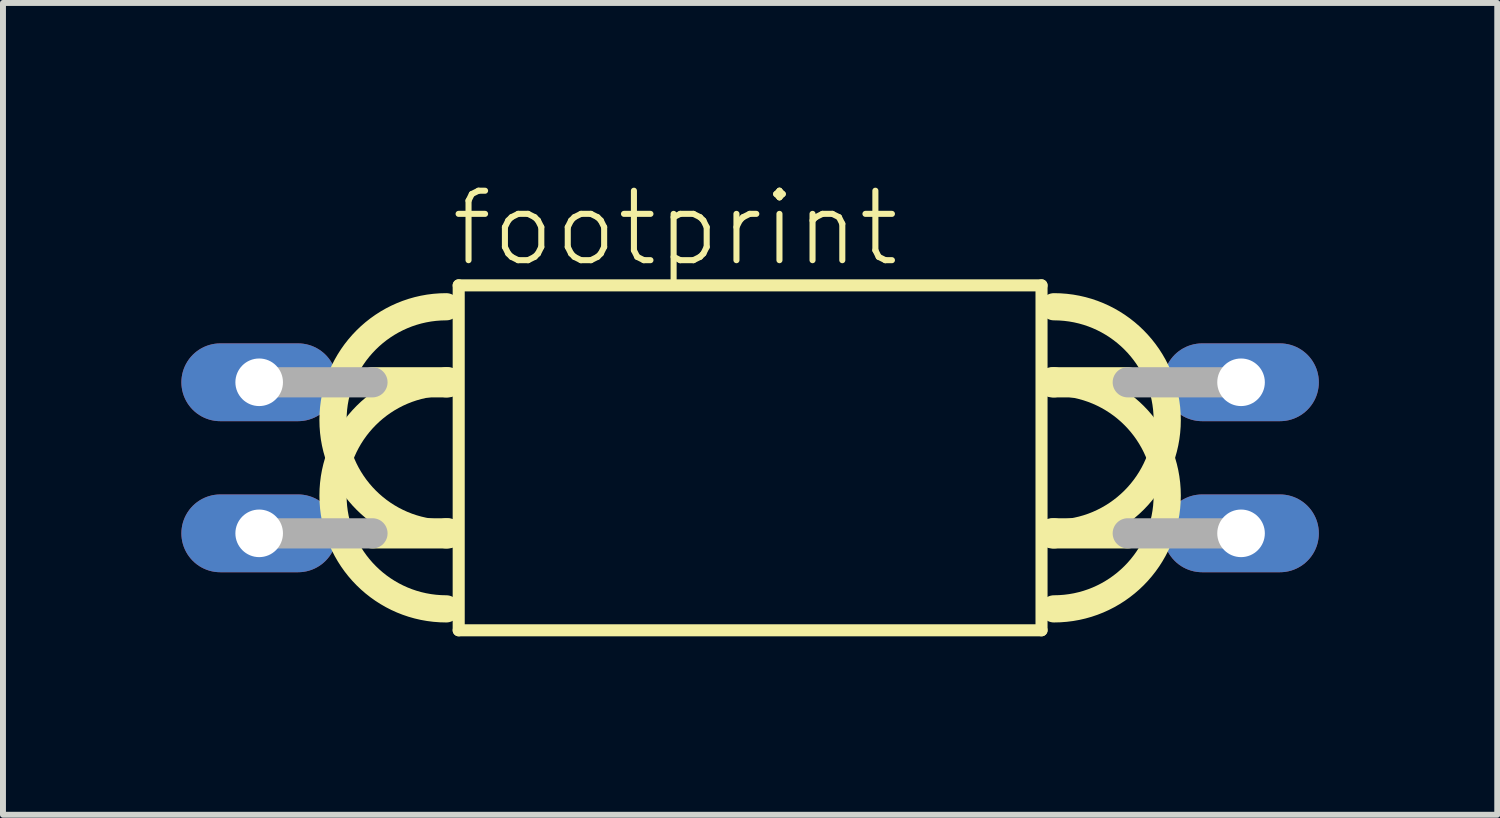
<source format=kicad_pcb>
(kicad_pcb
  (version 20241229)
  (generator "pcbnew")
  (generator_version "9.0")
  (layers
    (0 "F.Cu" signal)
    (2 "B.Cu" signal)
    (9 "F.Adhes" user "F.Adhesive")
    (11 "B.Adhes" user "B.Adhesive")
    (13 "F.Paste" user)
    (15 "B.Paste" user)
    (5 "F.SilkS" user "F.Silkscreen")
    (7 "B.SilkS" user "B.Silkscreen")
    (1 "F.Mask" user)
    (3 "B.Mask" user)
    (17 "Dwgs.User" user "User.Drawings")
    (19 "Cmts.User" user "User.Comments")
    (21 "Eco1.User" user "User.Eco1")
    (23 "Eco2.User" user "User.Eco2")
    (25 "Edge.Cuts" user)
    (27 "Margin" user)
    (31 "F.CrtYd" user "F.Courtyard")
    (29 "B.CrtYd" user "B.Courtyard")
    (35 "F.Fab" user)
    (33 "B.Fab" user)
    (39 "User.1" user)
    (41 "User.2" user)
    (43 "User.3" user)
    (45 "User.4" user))
  (footprint "footprint"
    (layer "F.Cu")
    (at 9.563 4.648)
    (property "Reference" "footprint" (at -5.08 -3.175 0) (layer "F.SilkS") (effects (font (size 1.168 1.168) (thickness 0.102)) (justify left bottom)))
    (fp_line (start -5.109 -1.27) (end -6.35 -1.27) (stroke (width 0.508) (type solid)) (layer "F.SilkS"))
    (fp_line (start -5.109 1.27) (end -6.35 1.27) (stroke (width 0.508) (type solid)) (layer "F.SilkS"))
    (fp_line (start -5.08 -1.27) (end -5.109 -1.27) (stroke (width 0.508) (type solid)) (layer "F.SilkS"))
    (fp_line (start -5.08 1.27) (end -5.109 1.27) (stroke (width 0.508) (type solid)) (layer "F.SilkS"))
    (fp_line (start -4.9 -2.9) (end -4.9 2.9) (stroke (width 0.203) (type solid)) (layer "F.SilkS"))
    (fp_line (start -4.9 2.9) (end 4.9 2.9) (stroke (width 0.203) (type solid)) (layer "F.SilkS"))
    (fp_line (start 4.9 -2.9) (end -4.9 -2.9) (stroke (width 0.203) (type solid)) (layer "F.SilkS"))
    (fp_line (start 4.9 2.9) (end 4.9 -2.9) (stroke (width 0.203) (type solid)) (layer "F.SilkS"))
    (fp_line (start 5.08 -1.27) (end 5.109 -1.27) (stroke (width 0.508) (type solid)) (layer "F.SilkS"))
    (fp_line (start 5.08 1.27) (end 5.109 1.27) (stroke (width 0.508) (type solid)) (layer "F.SilkS"))
    (fp_line (start 5.109 -1.27) (end 6.35 -1.27) (stroke (width 0.508) (type solid)) (layer "F.SilkS"))
    (fp_line (start 5.109 1.27) (end 6.35 1.27) (stroke (width 0.508) (type solid)) (layer "F.SilkS"))
    (fp_arc (start -5.1086 1.27) (mid -7.0136 -0.635) (end -5.1086 -2.54) (stroke (width 0.4572) (type solid)) (layer "F.SilkS"))
    (fp_arc (start -5.1086 2.54) (mid -7.0136 0.635) (end -5.1086 -1.27) (stroke (width 0.4572) (type solid)) (layer "F.SilkS"))
    (fp_arc (start 5.1086 -2.54) (mid 7.0136 -0.635) (end 5.1086 1.27) (stroke (width 0.4572) (type solid)) (layer "F.SilkS"))
    (fp_arc (start 5.1086 -1.27) (mid 7.0136 0.635) (end 5.1086 2.54) (stroke (width 0.4572) (type solid)) (layer "F.SilkS"))
    (fp_line (start -8.255 -1.27) (end -6.35 -1.27) (stroke (width 0.508) (type solid)) (layer "F.Fab"))
    (fp_line (start -6.35 1.27) (end -8.255 1.27) (stroke (width 0.508) (type solid)) (layer "F.Fab"))
    (fp_line (start 6.35 -1.27) (end 8.255 -1.27) (stroke (width 0.508) (type solid)) (layer "F.Fab"))
    (fp_line (start 8.255 1.27) (end 6.35 1.27) (stroke (width 0.508) (type solid)) (layer "F.Fab"))
    (pad "1" thru_hole oval (at -8.255 -1.27) (size 2.616 1.308) (drill 0.8) (layers "*.Cu" "*.Mask"))
    (pad "2" thru_hole oval (at -8.255 1.27) (size 2.616 1.308) (drill 0.8) (layers "*.Cu" "*.Mask"))
    (pad "3" thru_hole oval (at 8.255 1.27) (size 2.616 1.308) (drill 0.8) (layers "*.Cu" "*.Mask"))
    (pad "4" thru_hole oval (at 8.255 -1.27) (size 2.616 1.308) (drill 0.8) (layers "*.Cu" "*.Mask")))
  (gr_rect
    (start -3 -3)
    (end 22.126 10.65)
    (stroke (width 0.1) (type default))
    (fill no)
    (layer "Edge.Cuts")))
</source>
